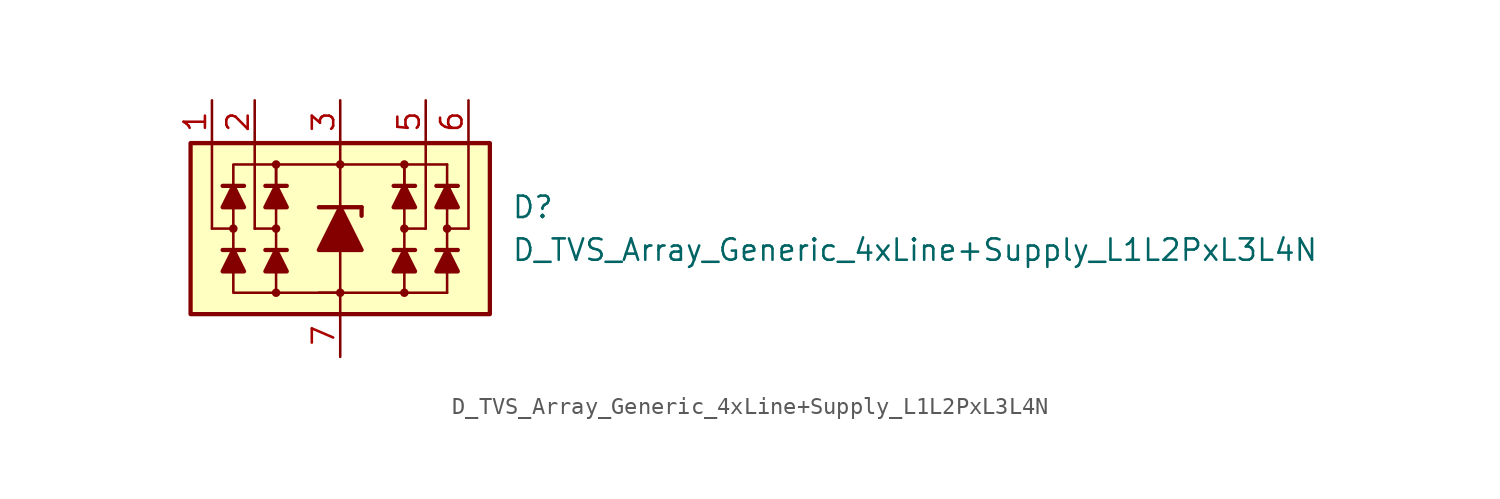
<source format=kicad_sym>
(kicad_symbol_lib
  (version 20211014)
  (generator kicad_symbol_editor)
  (symbol "D_TVS_Array_Generic_4xLine+Supply_L1L2PxL3L4N"
    (pin_names
      (offset 1.016) hide)
    (property "Reference" "D"
      (at 10.16 1.27 0)
      (effects (font (size 1.27 1.27)) (justify left)))
    (property "Value" "D_TVS_Array_Generic_4xLine+Supply_L1L2PxL3L4N"
      (at 10.16 -1.27 0)
      (effects (font (size 1.27 1.27)) (justify left)))
    (symbol "D_TVS_Array_Generic_4xLine+Supply_L1L2PxL3L4N_0_1"
      (rectangle (start -8.89 5.08) (end 8.89 -5.08) (stroke (width 0.254) (type default) (color 0 0 0 0)) (fill (type background)))
      (circle (center -3.81 0) (radius 0.178) (stroke (width 0) (type default) (color 0 0 0 0)) (fill (type outline)))
      (polyline (pts (xy -5.715 -1.27) (xy -6.985 -1.27)) (stroke (width 0.254) (type default) (color 0 0 0 0)) (fill (type none)))
      (polyline (pts (xy -5.715 2.54) (xy -6.985 2.54)) (stroke (width 0.254) (type default) (color 0 0 0 0)) (fill (type none)))
      (polyline (pts (xy -5.08 0) (xy -5.08 5.08)) (stroke (width 0) (type default) (color 0 0 0 0)) (fill (type none)))
      (polyline (pts (xy -3.81 -1.27) (xy -3.81 1.27)) (stroke (width 0) (type default) (color 0 0 0 0)) (fill (type none)))
      (polyline (pts (xy -3.81 0) (xy -5.08 0)) (stroke (width 0) (type default) (color 0 0 0 0)) (fill (type none)))
      (polyline (pts (xy -3.175 -1.27) (xy -4.445 -1.27)) (stroke (width 0.254) (type default) (color 0 0 0 0)) (fill (type none)))
      (polyline (pts (xy -3.175 2.54) (xy -4.445 2.54)) (stroke (width 0.254) (type default) (color 0 0 0 0)) (fill (type none)))
      (polyline (pts (xy 0 -1.27) (xy 0 -5.08)) (stroke (width 0) (type default) (color 0 0 0 0)) (fill (type none)))
      (polyline (pts (xy 0 1.27) (xy 0 5.08)) (stroke (width 0.152) (type default) (color 0 0 0 0)) (fill (type none)))
      (polyline (pts (xy 3.81 -1.27) (xy 3.81 1.27)) (stroke (width 0) (type default) (color 0 0 0 0)) (fill (type none)))
      (polyline (pts (xy 3.81 0) (xy 5.08 0)) (stroke (width 0) (type default) (color 0 0 0 0)) (fill (type none)))
      (polyline (pts (xy 3.81 3.81) (xy 6.35 3.81)) (stroke (width 0.152) (type default) (color 0 0 0 0)) (fill (type none)))
      (polyline (pts (xy 4.445 -1.27) (xy 3.175 -1.27)) (stroke (width 0.254) (type default) (color 0 0 0 0)) (fill (type none)))
      (polyline (pts (xy 4.445 2.54) (xy 3.175 2.54)) (stroke (width 0.254) (type default) (color 0 0 0 0)) (fill (type none)))
      (polyline (pts (xy 5.08 0) (xy 5.08 5.08)) (stroke (width 0) (type default) (color 0 0 0 0)) (fill (type none)))
      (polyline (pts (xy 6.35 3.81) (xy 6.35 -3.81)) (stroke (width 0.152) (type default) (color 0 0 0 0)) (fill (type none)))
      (polyline (pts (xy 6.985 -1.27) (xy 5.715 -1.27)) (stroke (width 0.254) (type default) (color 0 0 0 0)) (fill (type none)))
      (polyline (pts (xy 6.985 2.54) (xy 5.715 2.54)) (stroke (width 0.254) (type default) (color 0 0 0 0)) (fill (type none)))
      (polyline (pts (xy 6.35 -3.81) (xy -1.27 -3.81) (xy 0 -3.81)) (stroke (width 0.152) (type default) (color 0 0 0 0)) (fill (type none)))
      (polyline (pts (xy -6.35 -1.27) (xy -5.715 -2.54) (xy -6.985 -2.54) (xy -6.35 -1.27)) (stroke (width 0.254) (type default) (color 0 0 0 0)) (fill (type outline)))
      (polyline (pts (xy -6.35 2.54) (xy -5.715 1.27) (xy -6.985 1.27) (xy -6.35 2.54)) (stroke (width 0.254) (type default) (color 0 0 0 0)) (fill (type outline)))
      (polyline (pts (xy -3.81 -1.27) (xy -3.175 -2.54) (xy -4.445 -2.54) (xy -3.81 -1.27)) (stroke (width 0.254) (type default) (color 0 0 0 0)) (fill (type outline)))
      (polyline (pts (xy -3.81 2.54) (xy -3.81 3.81) (xy 3.81 3.81) (xy 3.81 2.54)) (stroke (width 0) (type default) (color 0 0 0 0)) (fill (type none)))
      (polyline (pts (xy -3.81 2.54) (xy -3.175 1.27) (xy -4.445 1.27) (xy -3.81 2.54)) (stroke (width 0.254) (type default) (color 0 0 0 0)) (fill (type outline)))
      (polyline (pts (xy 0 -3.81) (xy -6.35 -3.81) (xy -6.35 3.81) (xy -3.81 3.81)) (stroke (width 0) (type default) (color 0 0 0 0)) (fill (type none)))
      (polyline (pts (xy 3.81 -1.27) (xy 4.445 -2.54) (xy 3.175 -2.54) (xy 3.81 -1.27)) (stroke (width 0.254) (type default) (color 0 0 0 0)) (fill (type outline)))
      (polyline (pts (xy 3.81 2.54) (xy 4.445 1.27) (xy 3.175 1.27) (xy 3.81 2.54)) (stroke (width 0.254) (type default) (color 0 0 0 0)) (fill (type outline)))
      (polyline (pts (xy 6.35 -1.27) (xy 6.985 -2.54) (xy 5.715 -2.54) (xy 6.35 -1.27)) (stroke (width 0.254) (type default) (color 0 0 0 0)) (fill (type outline)))
      (polyline (pts (xy 6.35 2.54) (xy 6.985 1.27) (xy 5.715 1.27) (xy 6.35 2.54)) (stroke (width 0.254) (type default) (color 0 0 0 0)) (fill (type outline)))
      (circle (center 0 3.81) (radius 0.178) (stroke (width 0) (type default) (color 0 0 0 0)) (fill (type outline)))
      (circle (center 3.81 0) (radius 0.178) (stroke (width 0) (type default) (color 0 0 0 0)) (fill (type outline))))
    (symbol "D_TVS_Array_Generic_4xLine+Supply_L1L2PxL3L4N_1_1"
      (circle (center -6.35 0) (radius 0.178) (stroke (width 0) (type default) (color 0 0 0 0)) (fill (type outline)))
      (circle (center -3.81 -3.81) (radius 0.178) (stroke (width 0) (type default) (color 0 0 0 0)) (fill (type outline)))
      (circle (center -3.81 3.81) (radius 0.178) (stroke (width 0) (type default) (color 0 0 0 0)) (fill (type outline)))
      (circle (center 0 -3.81) (radius 0.178) (stroke (width 0) (type default) (color 0 0 0 0)) (fill (type outline)))
      (polyline (pts (xy -7.62 0) (xy -7.62 5.08)) (stroke (width 0) (type default) (color 0 0 0 0)) (fill (type none)))
      (polyline (pts (xy -6.35 0) (xy -7.62 0)) (stroke (width 0) (type default) (color 0 0 0 0)) (fill (type none)))
      (polyline (pts (xy -3.81 -3.81) (xy -3.81 -1.27)) (stroke (width 0) (type default) (color 0 0 0 0)) (fill (type none)))
      (polyline (pts (xy -3.81 1.27) (xy -3.81 3.81)) (stroke (width 0) (type default) (color 0 0 0 0)) (fill (type none)))
      (polyline (pts (xy -1.27 1.27) (xy 1.27 1.27)) (stroke (width 0.254) (type default) (color 0 0 0 0)) (fill (type none)))
      (polyline (pts (xy 0 -1.27) (xy 0 1.27)) (stroke (width 0) (type default) (color 0 0 0 0)) (fill (type none)))
      (polyline (pts (xy 1.27 1.27) (xy 1.27 0.762)) (stroke (width 0.254) (type default) (color 0 0 0 0)) (fill (type none)))
      (polyline (pts (xy 3.81 -3.81) (xy 3.81 -1.27)) (stroke (width 0) (type default) (color 0 0 0 0)) (fill (type none)))
      (polyline (pts (xy 3.81 1.27) (xy 3.81 3.81)) (stroke (width 0) (type default) (color 0 0 0 0)) (fill (type none)))
      (polyline (pts (xy 6.35 0) (xy 7.62 0)) (stroke (width 0) (type default) (color 0 0 0 0)) (fill (type none)))
      (polyline (pts (xy 7.62 0) (xy 7.62 5.08)) (stroke (width 0) (type default) (color 0 0 0 0)) (fill (type none)))
      (polyline (pts (xy 1.27 -1.27) (xy -1.27 -1.27) (xy 0 1.27) (xy 1.27 -1.27)) (stroke (width 0.254) (type default) (color 0 0 0 0)) (fill (type outline)))
      (circle (center 3.81 -3.81) (radius 0.178) (stroke (width 0) (type default) (color 0 0 0 0)) (fill (type outline)))
      (circle (center 3.81 3.81) (radius 0.178) (stroke (width 0) (type default) (color 0 0 0 0)) (fill (type outline)))
      (circle (center 6.35 0) (radius 0.178) (stroke (width 0) (type default) (color 0 0 0 0)) (fill (type outline)))
      (pin passive line (at -7.62 7.62 270) (length 2.54) (name "L1" (effects (font (size 1.27 1.27)))) (number "1" (effects (font (size 1.27 1.27)))))
      (pin passive line (at -5.08 7.62 270) (length 2.54) (name "L2" (effects (font (size 1.27 1.27)))) (number "2" (effects (font (size 1.27 1.27)))))
      (pin passive line (at 0 7.62 270) (length 2.54) (name "VP" (effects (font (size 1.27 1.27)))) (number "3" (effects (font (size 1.27 1.27)))))
      (pin no_connect line (at 1.27 1.27 0) (length 2.54) hide (name "NC" (effects (font (size 1.27 1.27)))) (number "4" (effects (font (size 1.27 1.27)))))
      (pin passive line (at 5.08 7.62 270) (length 2.54) (name "L3" (effects (font (size 1.27 1.27)))) (number "5" (effects (font (size 1.27 1.27)))))
      (pin passive line (at 7.62 7.62 270) (length 2.54) (name "L4" (effects (font (size 1.27 1.27)))) (number "6" (effects (font (size 1.27 1.27)))))
      (pin passive line (at 0 -7.62 90) (length 2.54) (name "VN" (effects (font (size 1.27 1.27)))) (number "7" (effects (font (size 1.27 1.27))))))))
</source>
